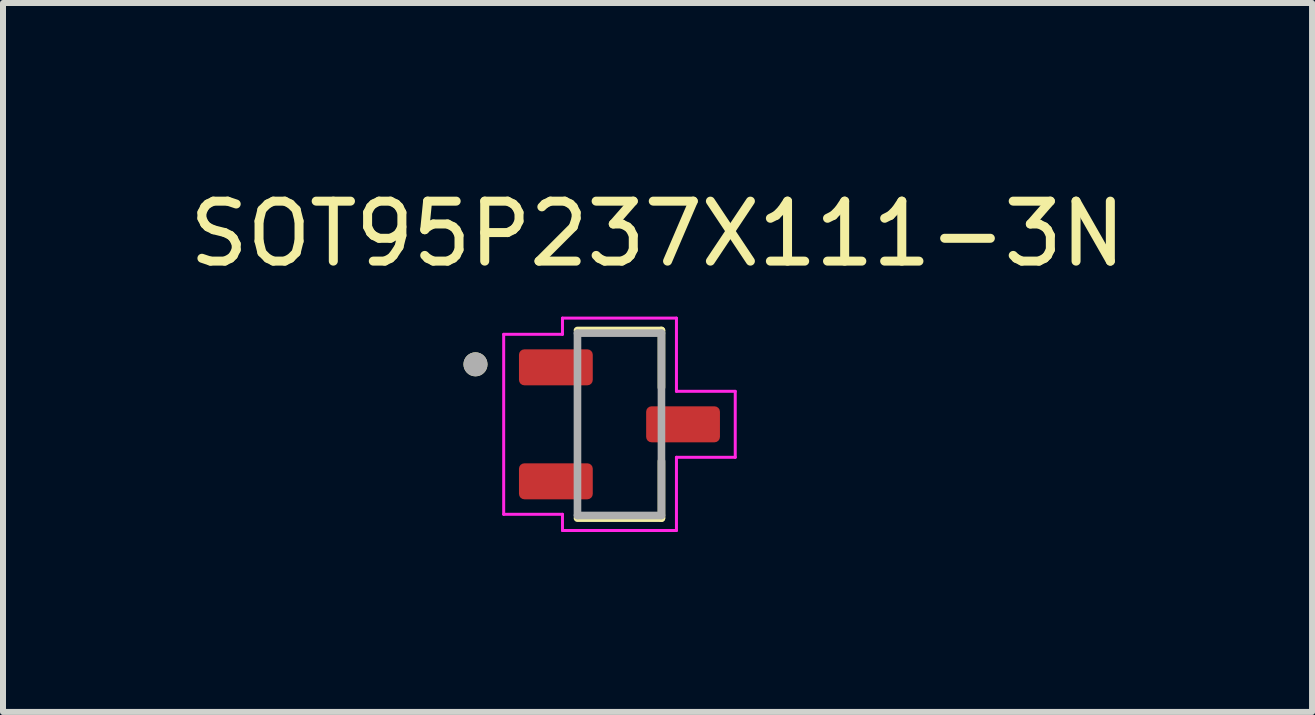
<source format=kicad_pcb>
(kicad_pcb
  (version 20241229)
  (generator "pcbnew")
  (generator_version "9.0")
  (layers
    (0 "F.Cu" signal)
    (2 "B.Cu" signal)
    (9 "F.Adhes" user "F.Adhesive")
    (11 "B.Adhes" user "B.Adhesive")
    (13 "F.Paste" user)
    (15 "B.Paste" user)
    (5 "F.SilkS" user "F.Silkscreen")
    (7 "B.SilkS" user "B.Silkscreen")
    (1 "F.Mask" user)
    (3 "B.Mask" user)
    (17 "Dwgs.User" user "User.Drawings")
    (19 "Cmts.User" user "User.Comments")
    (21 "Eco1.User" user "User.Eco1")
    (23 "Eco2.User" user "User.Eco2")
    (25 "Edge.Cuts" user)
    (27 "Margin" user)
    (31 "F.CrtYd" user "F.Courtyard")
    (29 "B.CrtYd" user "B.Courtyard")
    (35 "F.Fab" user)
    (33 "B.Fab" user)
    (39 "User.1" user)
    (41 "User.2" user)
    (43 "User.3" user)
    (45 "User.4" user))
  (footprint "SOT95P237X111-3N"
    (layer "F.Cu")
    (at 7.276 4.023)
    (property "Reference" "SOT95P237X111-3N" (at 0.635 -3.175 0) (layer "F.SilkS") (effects (font (size 1 1) (thickness 0.15))))
    (attr through_hole)
    (fp_line (start 0.7 -1.564) (end -0.7 -1.564) (stroke (width 0.127) (type solid)) (layer "F.SilkS"))
    (fp_line (start 0.7 -0.614) (end 0.7 -1.564) (stroke (width 0.127) (type solid)) (layer "F.SilkS"))
    (fp_line (start 0.7 0.614) (end 0.7 1.564) (stroke (width 0.127) (type solid)) (layer "F.SilkS"))
    (fp_line (start 0.7 1.564) (end -0.7 1.564) (stroke (width 0.127) (type solid)) (layer "F.SilkS"))
    (fp_circle (center -2.4 -1) (end -2.3 -1) (stroke (width 0.2) (type solid)) (fill no) (layer "F.SilkS"))
    (fp_line (start -1.93 -1.5) (end -0.95 -1.5) (stroke (width 0.05) (type solid)) (layer "F.CrtYd"))
    (fp_line (start -1.93 1.5) (end -1.93 -1.5) (stroke (width 0.05) (type solid)) (layer "F.CrtYd"))
    (fp_line (start -0.95 -1.77) (end 0.95 -1.77) (stroke (width 0.05) (type solid)) (layer "F.CrtYd"))
    (fp_line (start -0.95 -1.5) (end -0.95 -1.77) (stroke (width 0.05) (type solid)) (layer "F.CrtYd"))
    (fp_line (start -0.95 1.5) (end -1.93 1.5) (stroke (width 0.05) (type solid)) (layer "F.CrtYd"))
    (fp_line (start -0.95 1.77) (end -0.95 1.5) (stroke (width 0.05) (type solid)) (layer "F.CrtYd"))
    (fp_line (start 0.95 -1.77) (end 0.95 -0.55) (stroke (width 0.05) (type solid)) (layer "F.CrtYd"))
    (fp_line (start 0.95 -0.55) (end 1.93 -0.55) (stroke (width 0.05) (type solid)) (layer "F.CrtYd"))
    (fp_line (start 0.95 0.55) (end 0.95 1.77) (stroke (width 0.05) (type solid)) (layer "F.CrtYd"))
    (fp_line (start 0.95 1.77) (end -0.95 1.77) (stroke (width 0.05) (type solid)) (layer "F.CrtYd"))
    (fp_line (start 1.93 -0.55) (end 1.93 0.55) (stroke (width 0.05) (type solid)) (layer "F.CrtYd"))
    (fp_line (start 1.93 0.55) (end 0.95 0.55) (stroke (width 0.05) (type solid)) (layer "F.CrtYd"))
    (fp_line (start -0.7 -1.52) (end 0.7 -1.52) (stroke (width 0.127) (type solid)) (layer "F.Fab"))
    (fp_line (start -0.7 1.52) (end -0.7 -1.52) (stroke (width 0.127) (type solid)) (layer "F.Fab"))
    (fp_line (start 0.7 -1.52) (end 0.7 1.52) (stroke (width 0.127) (type solid)) (layer "F.Fab"))
    (fp_line (start 0.7 1.52) (end -0.7 1.52) (stroke (width 0.127) (type solid)) (layer "F.Fab"))
    (fp_circle (center -2.4 -1) (end -2.3 -1) (stroke (width 0.2) (type solid)) (fill no) (layer "F.Fab"))
    (pad "1" smd roundrect (at -1.06 -0.95) (size 1.23 0.6) (layers "F.Cu" "F.Mask" "F.Paste") (roundrect_rratio 0.15))
    (pad "2" smd roundrect (at -1.06 0.95) (size 1.23 0.6) (layers "F.Cu" "F.Mask" "F.Paste") (roundrect_rratio 0.15))
    (pad "3" smd roundrect (at 1.06 0) (size 1.23 0.6) (layers "F.Cu" "F.Mask" "F.Paste") (roundrect_rratio 0.15)))
  (gr_rect
    (start -3 -3)
    (end 18.821 8.818)
    (stroke (width 0.1) (type default))
    (fill no)
    (layer "Edge.Cuts")))
</source>
